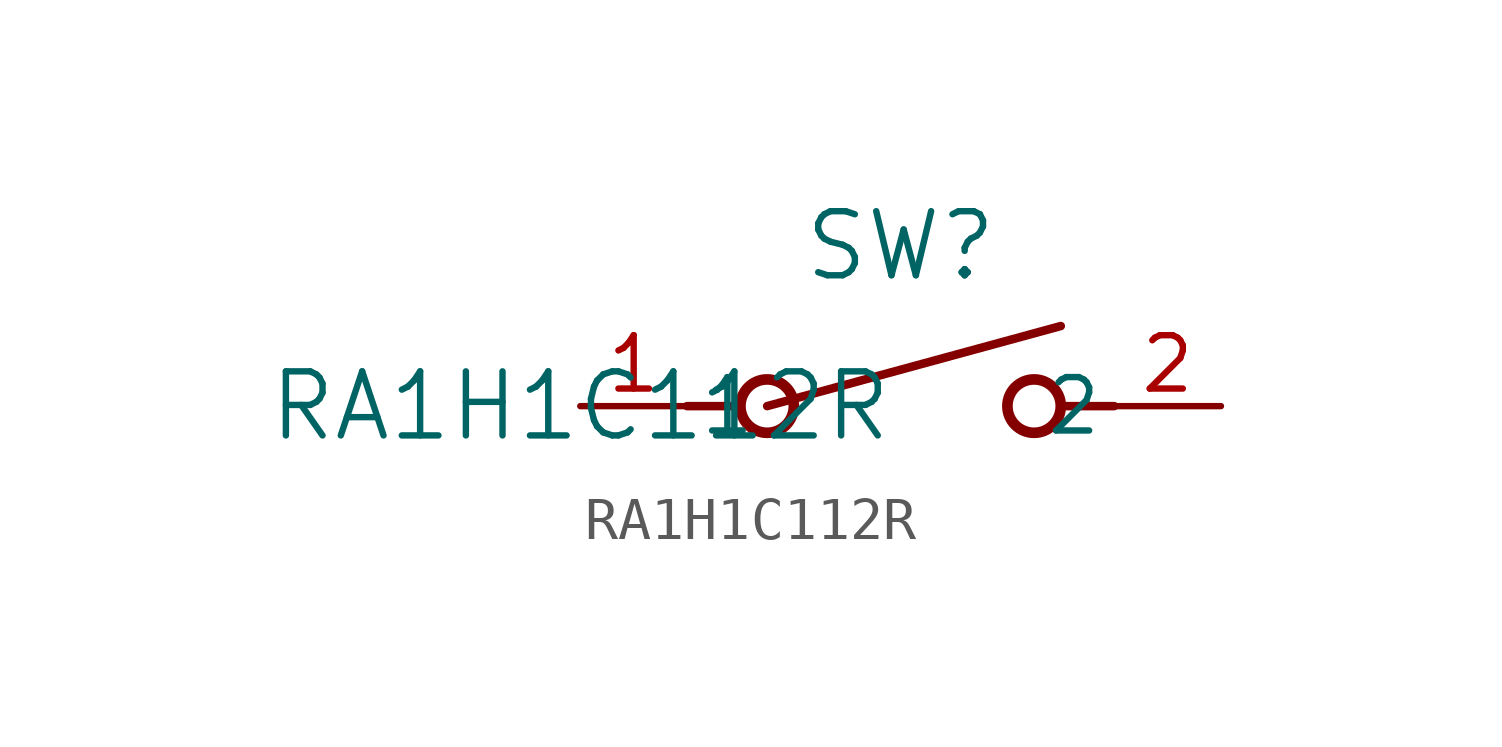
<source format=kicad_sym>
(kicad_symbol_lib
  (version 20211014)
  (generator kicad_symbol_editor)
  (symbol "RA1H1C112R"
    (pin_names
      (offset 0.254))
    (property "Reference" "SW"
      (at 7.62 3.81 0)
      (effects (font (size 1.524 1.524))))
    (property "Value" "RA1H1C112R"
      (at 0 0 0)
      (effects (font (size 1.524 1.524))))
    (symbol "RA1H1C112R_0_1"
      (polyline (pts (xy 2.54 0) (xy 3.81 0)) (stroke (width 0.203) (type default) (color 0 0 0 0)) (fill (type none)))
      (circle (center 10.795 0) (radius 0.635) (stroke (width 0.254) (type default) (color 0 0 0 0)) (fill (type none)))
      (circle (center 4.445 0) (radius 0.635) (stroke (width 0.254) (type default) (color 0 0 0 0)) (fill (type none)))
      (polyline (pts (xy 12.7 0) (xy 11.43 0)) (stroke (width 0.203) (type default) (color 0 0 0 0)) (fill (type none)))
      (polyline (pts (xy 4.445 0) (xy 11.43 1.905)) (stroke (width 0.203) (type default) (color 0 0 0 0)) (fill (type none)))
      (pin unspecified line (at 0 0 0) (length 2.54) (name "1" (effects (font (size 1.27 1.27)))) (number "1" (effects (font (size 1.27 1.27)))))
      (pin unspecified line (at 15.24 0 180) (length 2.54) (name "2" (effects (font (size 1.27 1.27)))) (number "2" (effects (font (size 1.27 1.27))))))))
</source>
